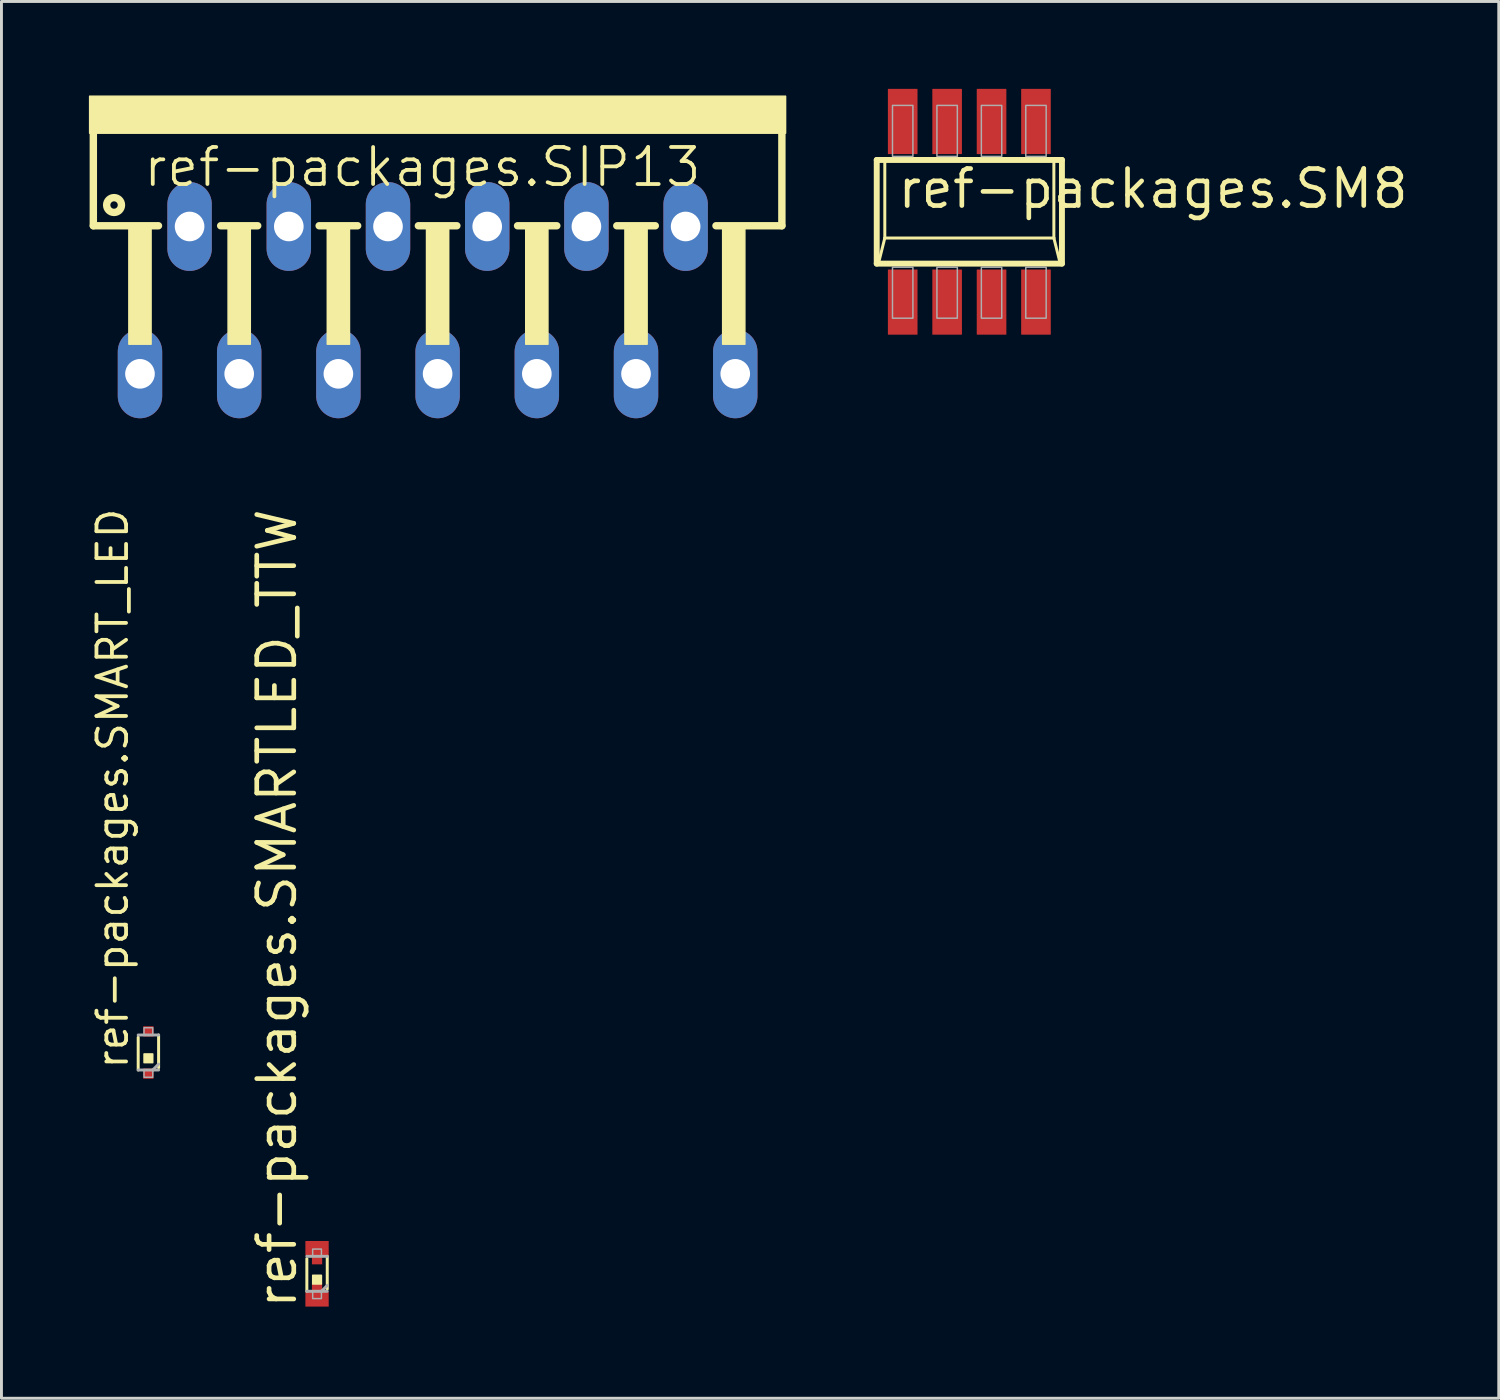
<source format=kicad_pcb>
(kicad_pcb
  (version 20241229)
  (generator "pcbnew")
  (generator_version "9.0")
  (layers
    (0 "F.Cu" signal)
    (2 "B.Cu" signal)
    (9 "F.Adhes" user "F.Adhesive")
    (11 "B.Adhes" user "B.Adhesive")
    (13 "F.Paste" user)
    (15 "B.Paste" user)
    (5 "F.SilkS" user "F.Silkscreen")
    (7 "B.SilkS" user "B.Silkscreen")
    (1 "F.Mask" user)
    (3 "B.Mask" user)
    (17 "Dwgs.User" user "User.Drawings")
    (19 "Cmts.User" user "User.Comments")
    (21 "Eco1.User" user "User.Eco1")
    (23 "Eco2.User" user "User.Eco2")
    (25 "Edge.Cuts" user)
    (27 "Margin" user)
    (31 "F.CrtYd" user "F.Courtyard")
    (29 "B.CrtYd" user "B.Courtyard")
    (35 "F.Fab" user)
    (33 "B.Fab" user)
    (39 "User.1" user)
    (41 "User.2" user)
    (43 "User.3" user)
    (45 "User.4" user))
  (footprint "ref-packages.SMARTLED_TTW"
    (layer "F.Cu")
    (at 7.827 40.651)
    (property "Reference" "ref-packages.SMARTLED_TTW" (at -0.635 1.27 90) (layer "F.SilkS") (effects (font (size 1.27 1.27) (thickness 0.16)) (justify left bottom)))
    (attr smd)
    (fp_rect (start -0.4 -0.625) (end 0.4 -1.125) (stroke (width 0.05) (type default)) (fill yes) (layer "F.Mask"))
    (fp_rect (start -0.4 1.125) (end 0.4 0.625) (stroke (width 0.05) (type default)) (fill yes) (layer "F.Mask"))
    (fp_rect (start -0.175 -0.325) (end 0.175 -0.7) (stroke (width 0.05) (type default)) (fill yes) (layer "F.Mask"))
    (fp_rect (start -0.175 0.675) (end 0.175 0.325) (stroke (width 0.05) (type default)) (fill yes) (layer "F.Mask"))
    (fp_line (start -0.35 0.6) (end -0.35 -0.6) (stroke (width 0.102) (type dash)) (layer "F.SilkS"))
    (fp_line (start 0.35 -0.6) (end 0.35 0.6) (stroke (width 0.102) (type dash)) (layer "F.SilkS"))
    (fp_rect (start -0.15 0.35) (end 0.15 0.05) (stroke (width 0.05) (type default)) (fill yes) (layer "F.SilkS"))
    (fp_line (start -0.35 -0.6) (end 0.35 -0.6) (stroke (width 0.102) (type dash)) (layer "F.Fab"))
    (fp_line (start 0.15 0.6) (end -0.35 0.6) (stroke (width 0.102) (type dash)) (layer "F.Fab"))
    (fp_line (start 0.35 0.4) (end 0.15 0.6) (stroke (width 0.102) (type dash)) (layer "F.Fab"))
    (fp_line (start 0.35 0.6) (end 0.15 0.6) (stroke (width 0.102) (type dash)) (layer "F.Fab"))
    (fp_rect (start -0.15 -0.6) (end 0.15 -0.85) (stroke (width 0.05) (type default)) (fill no) (layer "F.Fab"))
    (fp_rect (start -0.15 0.85) (end 0.15 0.6) (stroke (width 0.05) (type default)) (fill no) (layer "F.Fab"))
    (pad "A" smd roundrect (at 0 0.875) (size 0.8 0.5) (layers "F.Cu" "F.Mask" "F.Paste") (roundrect_rratio 0.01))
    (pad "A@1" smd roundrect (at 0 0.5) (size 0.35 0.35) (layers "F.Cu" "F.Mask" "F.Paste") (roundrect_rratio 0.01))
    (pad "C" smd roundrect (at 0 -0.875) (size 0.8 0.5) (layers "F.Cu" "F.Mask" "F.Paste") (roundrect_rratio 0.01))
    (pad "C@1" smd roundrect (at 0 -0.5) (size 0.35 0.35) (layers "F.Cu" "F.Mask" "F.Paste") (roundrect_rratio 0.01)))
  (footprint "ref-packages.SMART_LED"
    (layer "F.Cu")
    (at 2.041 33.058)
    (property "Reference" "ref-packages.SMART_LED" (at -0.635 0.635 90) (layer "F.SilkS") (effects (font (size 1.016 1.016) (thickness 0.13)) (justify left bottom)))
    (attr smd)
    (fp_line (start -0.35 0.6) (end -0.35 -0.6) (stroke (width 0.102) (type dash)) (layer "F.SilkS"))
    (fp_line (start 0.35 -0.6) (end 0.35 0.6) (stroke (width 0.102) (type dash)) (layer "F.SilkS"))
    (fp_rect (start -0.15 0.35) (end 0.15 0.05) (stroke (width 0.05) (type default)) (fill yes) (layer "F.SilkS"))
    (fp_line (start -0.35 -0.6) (end 0.35 -0.6) (stroke (width 0.102) (type dash)) (layer "F.Fab"))
    (fp_line (start 0.15 0.6) (end -0.35 0.6) (stroke (width 0.102) (type dash)) (layer "F.Fab"))
    (fp_line (start 0.35 0.4) (end 0.15 0.6) (stroke (width 0.102) (type dash)) (layer "F.Fab"))
    (fp_line (start 0.35 0.6) (end 0.15 0.6) (stroke (width 0.102) (type dash)) (layer "F.Fab"))
    (fp_rect (start -0.15 -0.6) (end 0.15 -0.85) (stroke (width 0.05) (type default)) (fill no) (layer "F.Fab"))
    (fp_rect (start -0.15 0.85) (end 0.15 0.6) (stroke (width 0.05) (type default)) (fill no) (layer "F.Fab"))
    (pad "A" smd roundrect (at 0 -0.725) (size 0.35 0.35) (layers "F.Cu" "F.Mask" "F.Paste") (roundrect_rratio 0.01))
    (pad "B" smd roundrect (at 0 0.725) (size 0.35 0.35) (layers "F.Cu" "F.Mask" "F.Paste") (roundrect_rratio 0.01)))
  (footprint "ref-packages.SM8"
    (layer "F.Cu")
    (at 30.205 4.216)
    (property "Reference" "ref-packages.SM8" (at -2.54 -0.051 0) (layer "F.SilkS") (effects (font (size 1.27 1.27) (thickness 0.16)) (justify left bottom)))
    (attr smd)
    (fp_line (start -3.177 -1.778) (end 3.177 -1.778) (stroke (width 0.203) (type default)) (layer "F.SilkS"))
    (fp_line (start -3.177 1.778) (end -3.177 -1.778) (stroke (width 0.203) (type default)) (layer "F.SilkS"))
    (fp_line (start -2.9 -1.7) (end -2.9 0.9) (stroke (width 0.102) (type default)) (layer "F.SilkS"))
    (fp_line (start -2.9 0.9) (end -3.1 1.7) (stroke (width 0.102) (type default)) (layer "F.SilkS"))
    (fp_line (start -2.9 0.9) (end 2.9 0.9) (stroke (width 0.102) (type default)) (layer "F.SilkS"))
    (fp_line (start 2.9 0.9) (end 2.9 -1.7) (stroke (width 0.102) (type default)) (layer "F.SilkS"))
    (fp_line (start 2.9 0.9) (end 3.1 1.7) (stroke (width 0.102) (type default)) (layer "F.SilkS"))
    (fp_line (start 3.177 -1.778) (end 3.177 1.778) (stroke (width 0.203) (type default)) (layer "F.SilkS"))
    (fp_line (start 3.177 1.778) (end -3.177 1.778) (stroke (width 0.203) (type default)) (layer "F.SilkS"))
    (fp_rect (start -2.636 -1.9) (end -1.936 -3.65) (stroke (width 0.05) (type default)) (fill no) (layer "F.Fab"))
    (fp_rect (start -2.636 3.65) (end -1.936 1.9) (stroke (width 0.05) (type default)) (fill no) (layer "F.Fab"))
    (fp_rect (start -1.112 -1.9) (end -0.412 -3.65) (stroke (width 0.05) (type default)) (fill no) (layer "F.Fab"))
    (fp_rect (start -1.112 3.65) (end -0.412 1.9) (stroke (width 0.05) (type default)) (fill no) (layer "F.Fab"))
    (fp_rect (start 0.412 -1.9) (end 1.112 -3.65) (stroke (width 0.05) (type default)) (fill no) (layer "F.Fab"))
    (fp_rect (start 0.412 3.65) (end 1.112 1.9) (stroke (width 0.05) (type default)) (fill no) (layer "F.Fab"))
    (fp_rect (start 1.936 -1.9) (end 2.636 -3.65) (stroke (width 0.05) (type default)) (fill no) (layer "F.Fab"))
    (fp_rect (start 1.936 3.65) (end 2.636 1.9) (stroke (width 0.05) (type default)) (fill no) (layer "F.Fab"))
    (pad "1" smd roundrect (at -2.286 3.099) (size 1.016 2.235) (layers "F.Cu" "F.Mask" "F.Paste") (roundrect_rratio 0.01))
    (pad "2" smd roundrect (at -0.762 3.099) (size 1.016 2.235) (layers "F.Cu" "F.Mask" "F.Paste") (roundrect_rratio 0.01))
    (pad "3" smd roundrect (at 0.762 3.099) (size 1.016 2.235) (layers "F.Cu" "F.Mask" "F.Paste") (roundrect_rratio 0.01))
    (pad "4" smd roundrect (at 2.286 3.099) (size 1.016 2.235) (layers "F.Cu" "F.Mask" "F.Paste") (roundrect_rratio 0.01))
    (pad "5" smd roundrect (at 2.286 -3.099) (size 1.016 2.235) (layers "F.Cu" "F.Mask" "F.Paste") (roundrect_rratio 0.01))
    (pad "6" smd roundrect (at 0.762 -3.099) (size 1.016 2.235) (layers "F.Cu" "F.Mask" "F.Paste") (roundrect_rratio 0.01))
    (pad "7" smd roundrect (at -0.762 -3.099) (size 1.016 2.235) (layers "F.Cu" "F.Mask" "F.Paste") (roundrect_rratio 0.01))
    (pad "8" smd roundrect (at -2.286 -3.099) (size 1.016 2.235) (layers "F.Cu" "F.Mask" "F.Paste") (roundrect_rratio 0.01)))
  (footprint "ref-packages.SIP13"
    (layer "F.Cu")
    (at 11.963 0.25)
    (property "Reference" "ref-packages.SIP13" (at -10.16 3.175 0) (layer "F.SilkS") (effects (font (size 1.27 1.27) (thickness 0.13)) (justify left bottom)))
    (attr through_hole)
    (fp_line (start -11.811 1.27) (end -11.811 4.445) (stroke (width 0.254) (type default)) (layer "F.SilkS"))
    (fp_line (start -9.576 4.445) (end -11.811 4.445) (stroke (width 0.254) (type default)) (layer "F.SilkS"))
    (fp_line (start -7.442 4.445) (end -6.172 4.445) (stroke (width 0.254) (type default)) (layer "F.SilkS"))
    (fp_line (start -4.064 4.445) (end -2.743 4.445) (stroke (width 0.254) (type default)) (layer "F.SilkS"))
    (fp_line (start -0.66 4.445) (end 0.66 4.445) (stroke (width 0.254) (type default)) (layer "F.SilkS"))
    (fp_line (start 2.743 4.445) (end 4.089 4.445) (stroke (width 0.254) (type default)) (layer "F.SilkS"))
    (fp_line (start 6.147 4.445) (end 7.468 4.445) (stroke (width 0.254) (type default)) (layer "F.SilkS"))
    (fp_line (start 9.55 4.445) (end 11.811 4.445) (stroke (width 0.254) (type default)) (layer "F.SilkS"))
    (fp_line (start 11.811 4.445) (end 11.811 1.27) (stroke (width 0.254) (type default)) (layer "F.SilkS"))
    (fp_rect (start -11.938 1.27) (end 11.938 0) (stroke (width 0.05) (type default)) (fill yes) (layer "F.SilkS"))
    (fp_rect (start -10.592 8.509) (end -9.83 4.445) (stroke (width 0.05) (type default)) (fill yes) (layer "F.SilkS"))
    (fp_rect (start -7.188 8.509) (end -6.426 4.445) (stroke (width 0.05) (type default)) (fill yes) (layer "F.SilkS"))
    (fp_rect (start -3.785 8.509) (end -3.023 4.445) (stroke (width 0.05) (type default)) (fill yes) (layer "F.SilkS"))
    (fp_rect (start -0.381 8.509) (end 0.381 4.445) (stroke (width 0.05) (type default)) (fill yes) (layer "F.SilkS"))
    (fp_rect (start 3.023 8.509) (end 3.785 4.445) (stroke (width 0.05) (type default)) (fill yes) (layer "F.SilkS"))
    (fp_rect (start 6.426 8.509) (end 7.188 4.445) (stroke (width 0.05) (type default)) (fill yes) (layer "F.SilkS"))
    (fp_rect (start 9.779 8.509) (end 10.541 4.445) (stroke (width 0.05) (type default)) (fill yes) (layer "F.SilkS"))
    (fp_circle (center -11.1 3.734) (end -10.846 3.734) (stroke (width 0.254) (type default)) (fill no) (layer "F.SilkS"))
    (pad "1" thru_hole oval (at -10.211 9.525 90) (size 3.048 1.524) (drill 1.016) (layers "*.Cu" "*.Mask"))
    (pad "2" thru_hole oval (at -8.509 4.47 90) (size 3.048 1.524) (drill 1.016) (layers "*.Cu" "*.Mask"))
    (pad "3" thru_hole oval (at -6.807 9.525 90) (size 3.048 1.524) (drill 1.016) (layers "*.Cu" "*.Mask"))
    (pad "4" thru_hole oval (at -5.105 4.47 90) (size 3.048 1.524) (drill 1.016) (layers "*.Cu" "*.Mask"))
    (pad "5" thru_hole oval (at -3.404 9.525 90) (size 3.048 1.524) (drill 1.016) (layers "*.Cu" "*.Mask"))
    (pad "6" thru_hole oval (at -1.702 4.47 90) (size 3.048 1.524) (drill 1.016) (layers "*.Cu" "*.Mask"))
    (pad "7" thru_hole oval (at 0 9.525 90) (size 3.048 1.524) (drill 1.016) (layers "*.Cu" "*.Mask"))
    (pad "8" thru_hole oval (at 1.702 4.47 90) (size 3.048 1.524) (drill 1.016) (layers "*.Cu" "*.Mask"))
    (pad "9" thru_hole oval (at 3.404 9.525 90) (size 3.048 1.524) (drill 1.016) (layers "*.Cu" "*.Mask"))
    (pad "10" thru_hole oval (at 5.105 4.47 90) (size 3.048 1.524) (drill 1.016) (layers "*.Cu" "*.Mask"))
    (pad "11" thru_hole oval (at 6.807 9.525 90) (size 3.048 1.524) (drill 1.016) (layers "*.Cu" "*.Mask"))
    (pad "12" thru_hole oval (at 8.509 4.47 90) (size 3.048 1.524) (drill 1.016) (layers "*.Cu" "*.Mask"))
    (pad "13" thru_hole oval (at 10.211 9.525 90) (size 3.048 1.524) (drill 1.016) (layers "*.Cu" "*.Mask")))
  (gr_rect
    (start -3 -3)
    (end 48.368 44.921)
    (stroke (width 0.1) (type default))
    (fill no)
    (layer "Edge.Cuts")))
</source>
